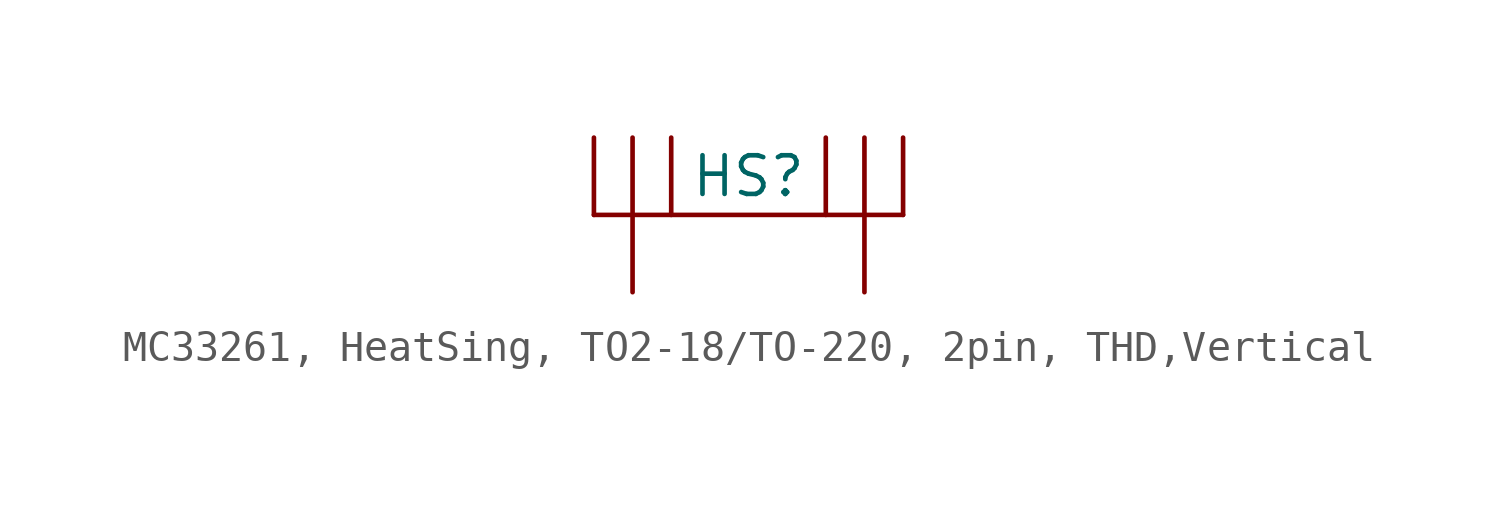
<source format=kicad_sym>
(kicad_symbol_lib
  (version 20241209)
  (generator "kicad_symbol_editor")
  (generator_version "9.0")
  (symbol "MC33261, HeatSing, TO2-18/TO-220, 2pin, THD,Vertical"
    (pin_numbers
      (hide yes))
    (pin_names
      (offset 0)
      (hide yes))
    (property "Reference" "HS"
      (at 0 1.27 0)
      (do_not_autoplace)
      (effects (font (size 1.27 1.27))))
    (symbol "MC33261, HeatSing, TO2-18/TO-220, 2pin, THD,Vertical_0_1"
      (polyline (pts (xy -5.08 2.54) (xy -5.08 0)) (stroke (width 0) (type default)) (fill (type none)))
      (polyline (pts (xy -5.08 0) (xy 5.08 0)) (stroke (width 0) (type default)) (fill (type none)))
      (polyline (pts (xy -3.81 0) (xy -3.81 2.54)) (stroke (width 0) (type default)) (fill (type none)))
      (polyline (pts (xy -2.54 0) (xy -2.54 2.54)) (stroke (width 0) (type default)) (fill (type none)))
      (polyline (pts (xy 2.54 0) (xy 2.54 2.54)) (stroke (width 0) (type default)) (fill (type none)))
      (polyline (pts (xy 3.81 0) (xy 3.81 2.54)) (stroke (width 0) (type default)) (fill (type none)))
      (polyline (pts (xy 5.08 2.54) (xy 5.08 0)) (stroke (width 0) (type default)) (fill (type none))))
    (symbol "MC33261, HeatSing, TO2-18/TO-220, 2pin, THD,Vertical_1_1"
      (pin unspecified line (at -3.81 -2.54 90) (length 2.54) (name "1" (effects (font (size 1.27 1.27)))) (number "1" (effects (font (size 1.27 1.27)))))
      (pin unspecified line (at 3.81 -2.54 90) (length 2.54) (name "1" (effects (font (size 1.27 1.27)))) (number "2" (effects (font (size 1.27 1.27))))))))
</source>
